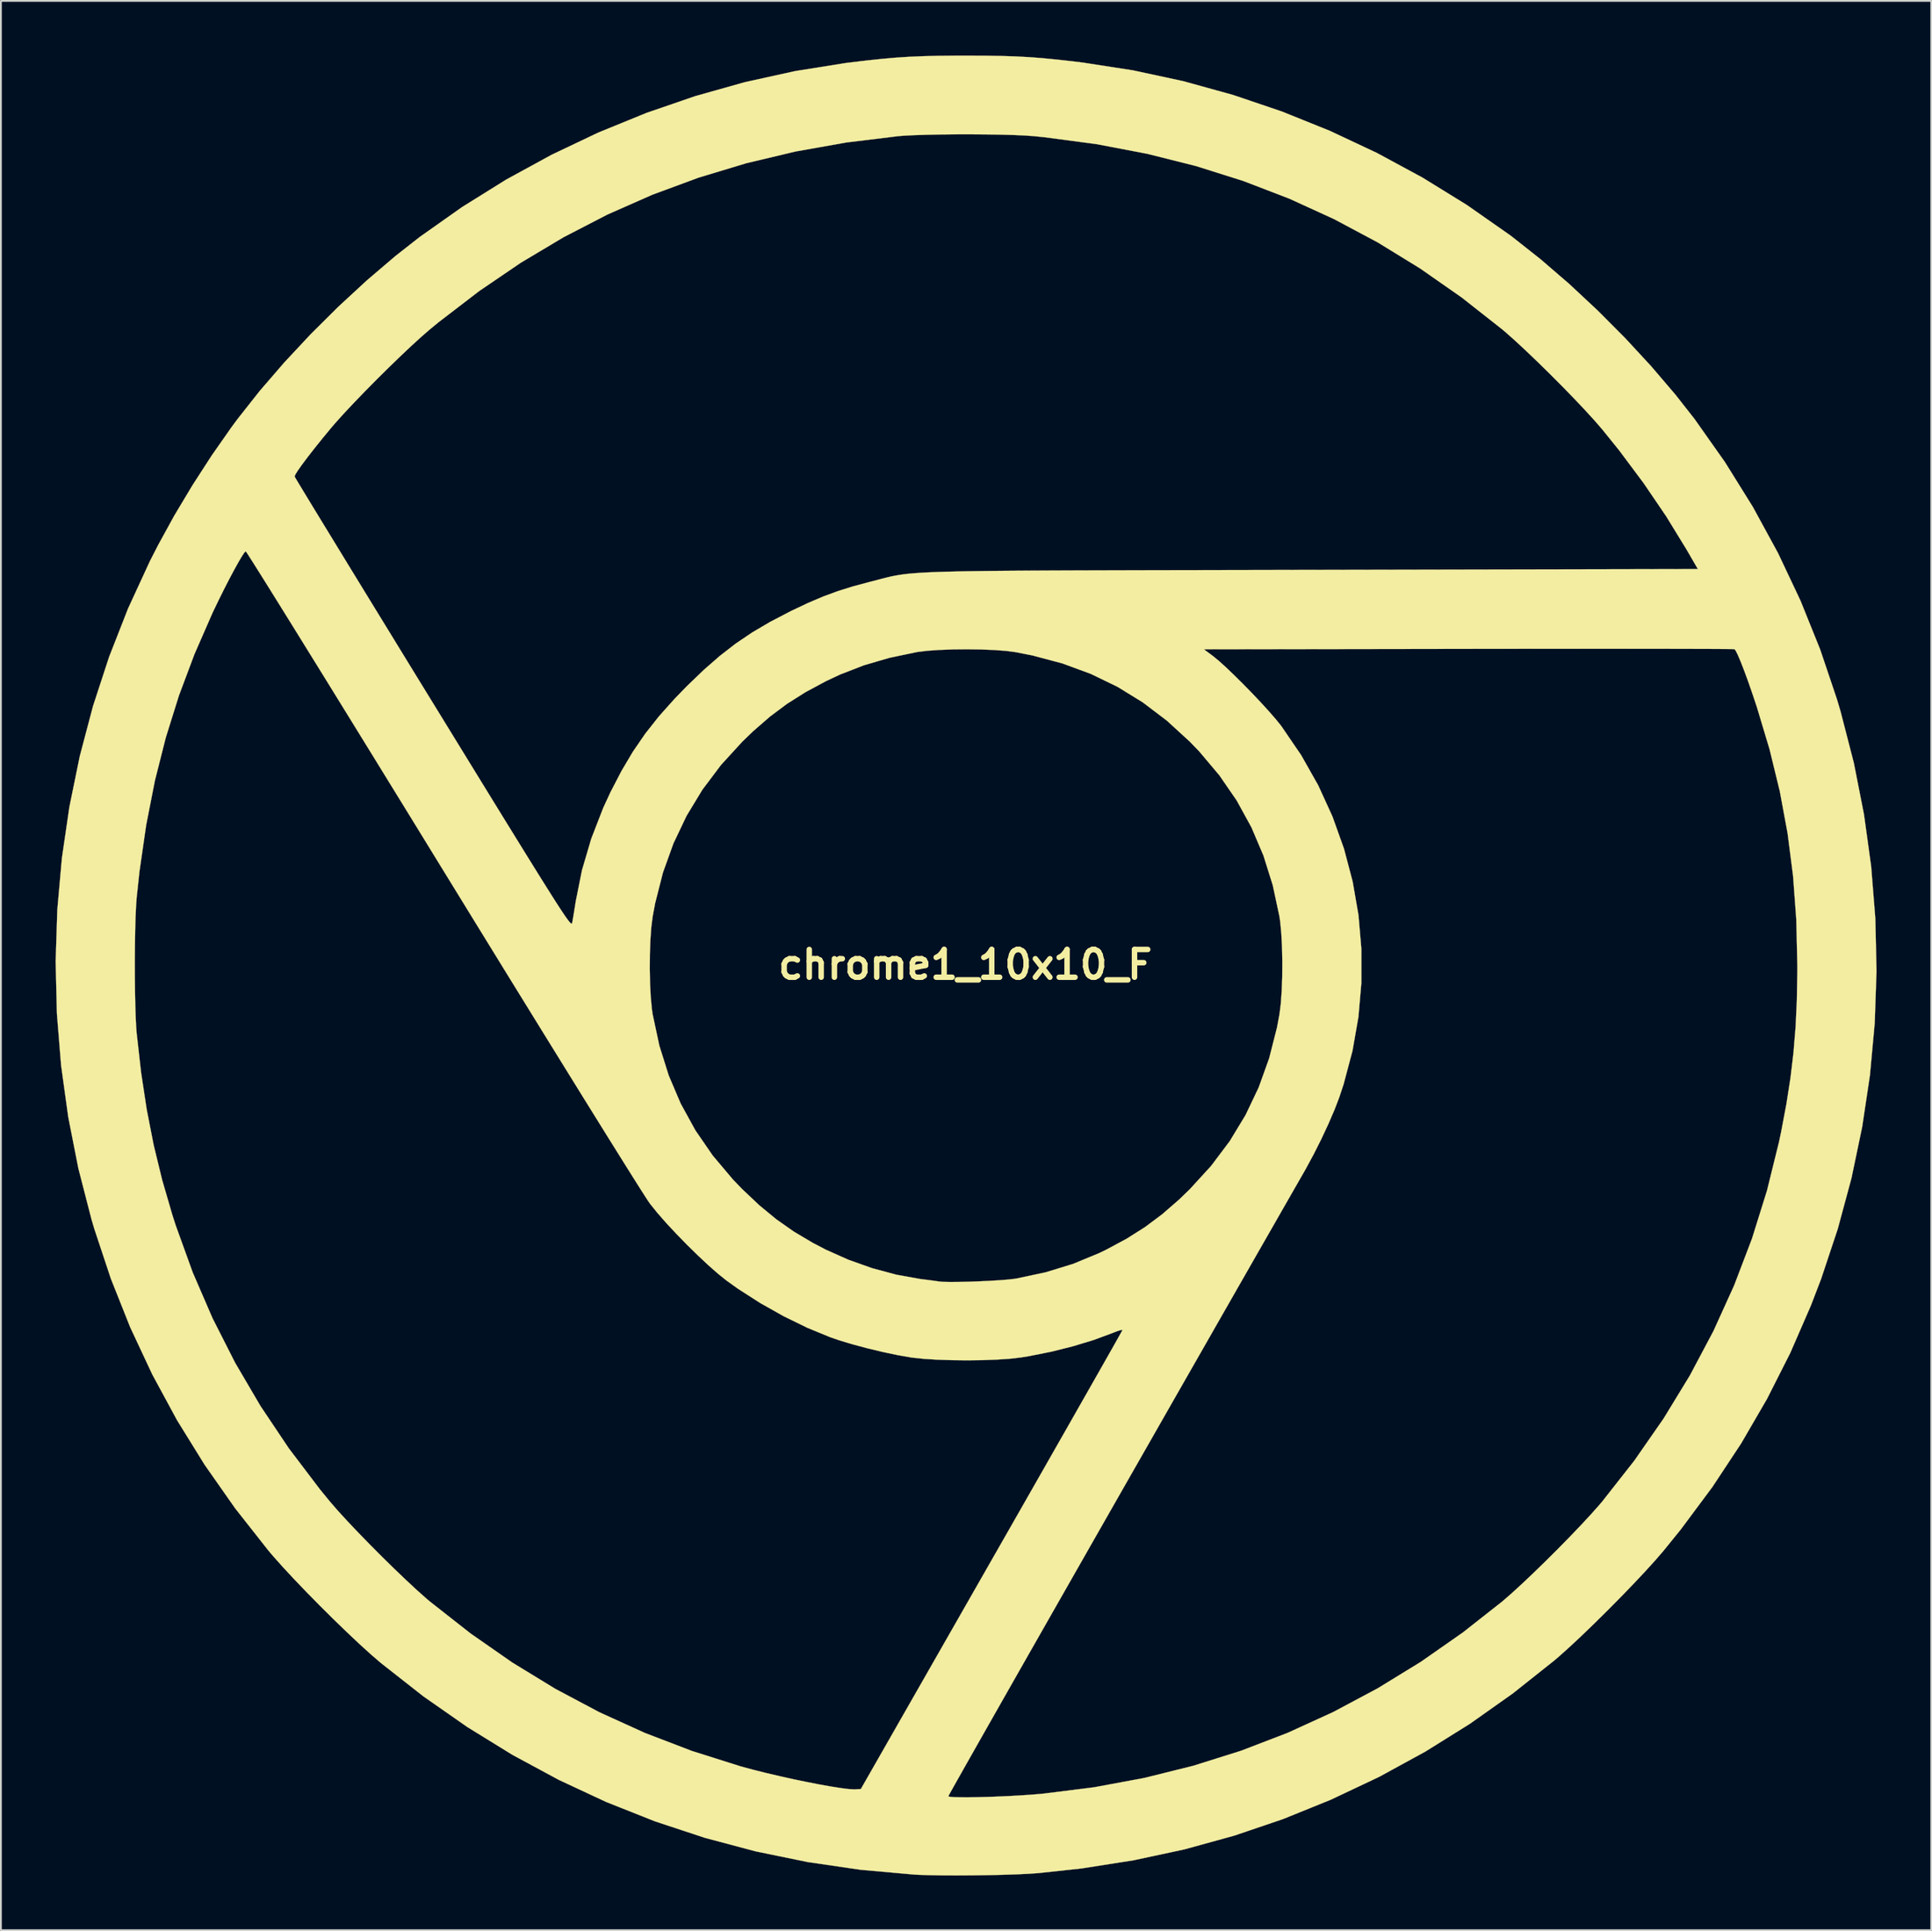
<source format=kicad_pcb>
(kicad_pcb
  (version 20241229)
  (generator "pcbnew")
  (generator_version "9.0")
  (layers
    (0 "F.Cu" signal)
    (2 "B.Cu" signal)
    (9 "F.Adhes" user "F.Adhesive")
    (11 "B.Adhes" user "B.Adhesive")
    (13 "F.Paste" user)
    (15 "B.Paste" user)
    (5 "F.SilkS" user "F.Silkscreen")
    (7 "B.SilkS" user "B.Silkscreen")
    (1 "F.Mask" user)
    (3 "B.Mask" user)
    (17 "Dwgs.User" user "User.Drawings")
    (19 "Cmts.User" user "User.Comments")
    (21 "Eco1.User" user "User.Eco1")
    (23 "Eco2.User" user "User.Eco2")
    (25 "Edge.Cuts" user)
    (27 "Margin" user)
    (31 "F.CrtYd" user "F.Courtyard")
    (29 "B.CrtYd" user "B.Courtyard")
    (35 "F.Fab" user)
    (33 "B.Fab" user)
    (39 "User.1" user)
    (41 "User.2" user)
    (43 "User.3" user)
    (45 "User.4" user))
  (footprint "chrome1_10x10_F"
    (layer "F.Cu")
    (at 49.933 49.906)
    (property "Reference" "chrome1_10x10_F" (at 0 0 0) (layer "F.SilkS") (effects (font (size 1.524 1.524) (thickness 0.3))))
    (attr through_hole)
    (fp_poly (pts (xy 1.055 -49.897) (xy 1.94 -49.884) (xy 2.738 -49.859) (xy 3.491 -49.819) (xy 4.241 -49.762) (xy 5.028 -49.686) (xy 5.894 -49.589) (xy 6.435 -49.523) (xy 9.211 -49.093) (xy 11.968 -48.499) (xy 14.696 -47.744) (xy 17.384 -46.833) (xy 20.02 -45.77) (xy 22.596 -44.559) (xy 25.1 -43.204) (xy 27.521 -41.71) (xy 29.85 -40.081) (xy 30.026 -39.95) (xy 31.577 -38.725) (xy 33.146 -37.372) (xy 34.701 -35.921) (xy 36.213 -34.403) (xy 37.65 -32.848) (xy 38.982 -31.287) (xy 40.029 -29.953) (xy 41.7 -27.584) (xy 43.229 -25.128) (xy 44.611 -22.592) (xy 45.843 -19.983) (xy 46.921 -17.309) (xy 47.842 -14.578) (xy 48.047 -13.885) (xy 48.771 -11.077) (xy 49.329 -8.242) (xy 49.723 -5.389) (xy 49.951 -2.523) (xy 50.016 0.347) (xy 49.917 3.213) (xy 49.655 6.07) (xy 49.229 8.908) (xy 48.641 11.721) (xy 47.89 14.502) (xy 46.978 17.243) (xy 46.415 18.711) (xy 45.282 21.314) (xy 44.006 23.837) (xy 42.582 26.288) (xy 41.006 28.674) (xy 39.274 31.002) (xy 38.326 32.173) (xy 37.865 32.707) (xy 37.302 33.327) (xy 36.662 34.007) (xy 35.971 34.723) (xy 35.252 35.45) (xy 34.531 36.162) (xy 33.834 36.834) (xy 33.184 37.442) (xy 32.607 37.96) (xy 32.343 38.187) (xy 30.05 40.008) (xy 27.692 41.676) (xy 25.26 43.194) (xy 22.748 44.568) (xy 22.648 44.618) (xy 20.059 45.842) (xy 17.429 46.907) (xy 14.753 47.815) (xy 12.021 48.568) (xy 9.227 49.167) (xy 6.362 49.616) (xy 4.022 49.868) (xy 3.483 49.905) (xy 2.811 49.937) (xy 2.042 49.962) (xy 1.211 49.981) (xy 0.355 49.992) (xy -0.49 49.997) (xy -1.289 49.993) (xy -2.005 49.981) (xy -2.603 49.961) (xy -2.794 49.95) (xy -5.751 49.686) (xy -8.655 49.261) (xy -11.504 48.676) (xy -14.295 47.932) (xy -17.028 47.029) (xy -19.699 45.969) (xy -20.382 45.651) (xy -0.931 45.651) (xy -0.851 45.68) (xy -0.623 45.7) (xy -0.272 45.709) (xy 0.181 45.71) (xy 0.714 45.701) (xy 1.303 45.685) (xy 1.927 45.661) (xy 2.563 45.631) (xy 3.189 45.594) (xy 3.782 45.552) (xy 4.276 45.509) (xy 7.083 45.156) (xy 9.83 44.645) (xy 12.514 43.977) (xy 15.137 43.152) (xy 17.697 42.169) (xy 20.194 41.028) (xy 22.627 39.731) (xy 24.997 38.277) (xy 27.304 36.666) (xy 29.469 34.963) (xy 29.952 34.544) (xy 30.521 34.024) (xy 31.152 33.428) (xy 31.818 32.78) (xy 32.495 32.107) (xy 33.157 31.433) (xy 33.778 30.784) (xy 34.334 30.185) (xy 34.799 29.662) (xy 34.963 29.469) (xy 36.724 27.226) (xy 38.328 24.918) (xy 39.776 22.545) (xy 41.068 20.108) (xy 42.203 17.606) (xy 43.182 15.039) (xy 44.004 12.408) (xy 44.67 9.712) (xy 44.789 9.144) (xy 45.071 7.647) (xy 45.293 6.226) (xy 45.459 4.834) (xy 45.575 3.425) (xy 45.644 1.953) (xy 45.671 0.371) (xy 45.671 0.042) (xy 45.614 -2.46) (xy 45.437 -4.868) (xy 45.136 -7.212) (xy 44.708 -9.52) (xy 44.146 -11.824) (xy 43.446 -14.155) (xy 43.424 -14.221) (xy 43.182 -14.942) (xy 42.953 -15.598) (xy 42.742 -16.171) (xy 42.556 -16.647) (xy 42.402 -17.008) (xy 42.286 -17.239) (xy 42.219 -17.321) (xy 42.125 -17.325) (xy 41.871 -17.328) (xy 41.465 -17.331) (xy 40.915 -17.334) (xy 40.231 -17.336) (xy 39.422 -17.338) (xy 38.496 -17.34) (xy 37.461 -17.341) (xy 36.327 -17.342) (xy 35.103 -17.342) (xy 33.796 -17.342) (xy 32.416 -17.341) (xy 30.972 -17.34) (xy 29.471 -17.339) (xy 27.924 -17.337) (xy 27.608 -17.336) (xy 13.094 -17.314) (xy 13.596 -16.941) (xy 13.901 -16.691) (xy 14.292 -16.339) (xy 14.743 -15.908) (xy 15.23 -15.426) (xy 15.728 -14.917) (xy 16.211 -14.406) (xy 16.655 -13.92) (xy 17.035 -13.484) (xy 17.326 -13.124) (xy 17.345 -13.099) (xy 18.434 -11.505) (xy 19.372 -9.845) (xy 20.157 -8.126) (xy 20.788 -6.36) (xy 21.264 -4.554) (xy 21.582 -2.719) (xy 21.741 -0.864) (xy 21.741 1.001) (xy 21.579 2.868) (xy 21.254 4.727) (xy 20.764 6.568) (xy 20.526 7.287) (xy 20.265 7.966) (xy 19.931 8.741) (xy 19.545 9.568) (xy 19.126 10.401) (xy 18.697 11.196) (xy 18.603 11.362) (xy 17.733 12.88) (xy 16.844 14.435) (xy 15.938 16.018) (xy 15.02 17.624) (xy 14.093 19.246) (xy 13.162 20.877) (xy 12.229 22.51) (xy 11.298 24.139) (xy 10.375 25.758) (xy 9.461 27.359) (xy 8.561 28.936) (xy 7.68 30.482) (xy 6.819 31.991) (xy 5.985 33.456) (xy 5.179 34.871) (xy 4.406 36.228) (xy 3.67 37.521) (xy 2.974 38.744) (xy 2.323 39.889) (xy 1.72 40.951) (xy 1.169 41.922) (xy 0.673 42.796) (xy 0.237 43.566) (xy -0.136 44.226) (xy -0.442 44.769) (xy -0.678 45.188) (xy -0.838 45.477) (xy -0.921 45.628) (xy -0.931 45.651) (xy -20.382 45.651) (xy -22.308 44.752) (xy -24.853 43.379) (xy -27.332 41.85) (xy -29.743 40.167) (xy -32.084 38.329) (xy -32.089 38.325) (xy -32.633 37.855) (xy -33.264 37.282) (xy -33.955 36.63) (xy -34.683 35.925) (xy -35.421 35.192) (xy -36.146 34.455) (xy -36.832 33.74) (xy -37.454 33.07) (xy -37.988 32.472) (xy -38.242 32.173) (xy -40.073 29.847) (xy -41.747 27.459) (xy -43.265 25.006) (xy -44.628 22.487) (xy -45.839 19.898) (xy -46.898 17.237) (xy -47.806 14.502) (xy -47.963 13.97) (xy -48.682 11.179) (xy -49.237 8.362) (xy -49.629 5.527) (xy -49.859 2.68) (xy -49.928 -0.17) (xy -49.926 -0.228) (xy -45.583 -0.228) (xy -45.582 0.621) (xy -45.573 1.448) (xy -45.557 2.221) (xy -45.535 2.91) (xy -45.505 3.48) (xy -45.482 3.768) (xy -45.239 5.921) (xy -44.93 7.954) (xy -44.548 9.905) (xy -44.084 11.813) (xy -43.53 13.715) (xy -43.34 14.309) (xy -42.406 16.893) (xy -41.319 19.406) (xy -40.079 21.852) (xy -38.684 24.231) (xy -37.134 26.546) (xy -35.426 28.799) (xy -34.878 29.469) (xy -34.46 29.952) (xy -33.94 30.521) (xy -33.343 31.152) (xy -32.695 31.818) (xy -32.022 32.495) (xy -31.348 33.157) (xy -30.699 33.778) (xy -30.101 34.334) (xy -29.578 34.799) (xy -29.384 34.963) (xy -27.151 36.717) (xy -24.858 38.314) (xy -22.501 39.754) (xy -20.077 41.042) (xy -17.581 42.177) (xy -15.01 43.162) (xy -12.361 44) (xy -12.296 44.018) (xy -11.646 44.194) (xy -10.938 44.372) (xy -10.195 44.546) (xy -9.444 44.713) (xy -8.707 44.866) (xy -8.009 45.003) (xy -7.375 45.116) (xy -6.828 45.202) (xy -6.393 45.256) (xy -6.093 45.272) (xy -6.062 45.271) (xy -5.732 45.254) (xy 1.449 32.681) (xy 2.219 31.333) (xy 2.966 30.024) (xy 3.686 28.762) (xy 4.374 27.555) (xy 5.026 26.41) (xy 5.639 25.335) (xy 6.206 24.337) (xy 6.725 23.425) (xy 7.191 22.605) (xy 7.6 21.885) (xy 7.947 21.273) (xy 8.228 20.776) (xy 8.438 20.402) (xy 8.574 20.159) (xy 8.631 20.053) (xy 8.633 20.05) (xy 8.563 20.051) (xy 8.376 20.107) (xy 8.11 20.208) (xy 8.065 20.226) (xy 7.056 20.6) (xy 5.928 20.943) (xy 4.731 21.244) (xy 3.514 21.487) (xy 3.048 21.563) (xy 2.463 21.631) (xy 1.75 21.68) (xy 0.951 21.71) (xy 0.106 21.72) (xy -0.743 21.711) (xy -1.557 21.684) (xy -2.294 21.637) (xy -2.913 21.571) (xy -3.006 21.557) (xy -3.738 21.429) (xy -4.548 21.257) (xy -5.385 21.056) (xy -6.197 20.838) (xy -6.932 20.617) (xy -7.408 20.453) (xy -8.671 19.933) (xy -9.97 19.298) (xy -11.255 18.575) (xy -12.473 17.793) (xy -13.116 17.333) (xy -13.571 16.967) (xy -14.104 16.498) (xy -14.683 15.955) (xy -15.282 15.368) (xy -15.869 14.765) (xy -16.418 14.176) (xy -16.897 13.629) (xy -17.279 13.155) (xy -17.318 13.103) (xy -17.424 12.948) (xy -17.613 12.656) (xy -17.883 12.233) (xy -18.229 11.685) (xy -18.647 11.019) (xy -19.132 10.242) (xy -19.682 9.361) (xy -20.29 8.382) (xy -20.955 7.311) (xy -21.67 6.156) (xy -22.432 4.924) (xy -23.238 3.62) (xy -24.082 2.252) (xy -24.962 0.826) (xy -25.331 0.226) (xy -17.319 0.226) (xy -17.303 1.026) (xy -17.265 1.773) (xy -17.204 2.42) (xy -17.162 2.717) (xy -16.794 4.439) (xy -16.281 6.075) (xy -15.622 7.625) (xy -14.815 9.094) (xy -13.86 10.482) (xy -12.754 11.793) (xy -12.242 12.324) (xy -11.3 13.214) (xy -10.371 13.979) (xy -9.41 14.654) (xy -8.369 15.272) (xy -7.655 15.645) (xy -6.416 16.199) (xy -5.109 16.663) (xy -3.786 17.019) (xy -2.501 17.251) (xy -2.413 17.262) (xy -2.046 17.309) (xy -1.721 17.352) (xy -1.492 17.385) (xy -1.439 17.393) (xy -1.208 17.413) (xy -0.841 17.421) (xy -0.373 17.418) (xy 0.163 17.406) (xy 0.732 17.386) (xy 1.302 17.359) (xy 1.837 17.327) (xy 2.305 17.29) (xy 2.672 17.25) (xy 2.793 17.232) (xy 4.405 16.89) (xy 5.917 16.426) (xy 7.354 15.832) (xy 7.74 15.645) (xy 8.855 15.045) (xy 9.86 14.41) (xy 10.804 13.705) (xy 11.733 12.898) (xy 12.327 12.324) (xy 13.496 11.045) (xy 14.514 9.69) (xy 15.384 8.255) (xy 16.105 6.74) (xy 16.68 5.14) (xy 17.109 3.455) (xy 17.247 2.717) (xy 17.319 2.143) (xy 17.369 1.446) (xy 17.397 0.669) (xy 17.403 -0.141) (xy 17.387 -0.942) (xy 17.349 -1.688) (xy 17.289 -2.335) (xy 17.247 -2.632) (xy 16.879 -4.355) (xy 16.366 -5.99) (xy 15.706 -7.541) (xy 14.9 -9.009) (xy 13.944 -10.398) (xy 12.839 -11.709) (xy 12.327 -12.24) (xy 11.065 -13.396) (xy 9.746 -14.397) (xy 8.359 -15.251) (xy 6.895 -15.961) (xy 5.342 -16.533) (xy 3.69 -16.974) (xy 2.748 -17.159) (xy 2.234 -17.226) (xy 1.594 -17.274) (xy 0.868 -17.303) (xy 0.097 -17.314) (xy -0.676 -17.306) (xy -1.411 -17.279) (xy -2.066 -17.234) (xy -2.6 -17.17) (xy -2.663 -17.159) (xy -4.166 -16.844) (xy -5.556 -16.438) (xy -6.869 -15.929) (xy -7.655 -15.56) (xy -8.77 -14.96) (xy -9.776 -14.325) (xy -10.719 -13.621) (xy -11.648 -12.813) (xy -12.242 -12.24) (xy -13.411 -10.961) (xy -14.43 -9.605) (xy -15.299 -8.171) (xy -16.02 -6.655) (xy -16.595 -5.056) (xy -17.024 -3.37) (xy -17.162 -2.632) (xy -17.234 -2.058) (xy -17.284 -1.361) (xy -17.313 -0.585) (xy -17.319 0.226) (xy -25.331 0.226) (xy -25.871 -0.652) (xy -26.808 -2.174) (xy -27.766 -3.734) (xy -28.702 -5.257) (xy -29.67 -6.834) (xy -30.615 -8.372) (xy -31.534 -9.866) (xy -32.422 -11.309) (xy -33.276 -12.695) (xy -34.091 -14.017) (xy -34.864 -15.27) (xy -35.592 -16.448) (xy -36.27 -17.543) (xy -36.894 -18.551) (xy -37.461 -19.464) (xy -37.966 -20.276) (xy -38.406 -20.982) (xy -38.778 -21.575) (xy -39.076 -22.049) (xy -39.298 -22.397) (xy -39.439 -22.614) (xy -39.496 -22.693) (xy -39.497 -22.694) (xy -39.577 -22.613) (xy -39.718 -22.399) (xy -39.91 -22.072) (xy -40.141 -21.654) (xy -40.402 -21.163) (xy -40.681 -20.62) (xy -40.966 -20.046) (xy -41.248 -19.46) (xy -41.322 -19.304) (xy -42.31 -17.045) (xy -43.162 -14.772) (xy -43.884 -12.464) (xy -44.482 -10.1) (xy -44.961 -7.658) (xy -45.328 -5.115) (xy -45.482 -3.683) (xy -45.516 -3.203) (xy -45.544 -2.586) (xy -45.564 -1.863) (xy -45.577 -1.066) (xy -45.583 -0.228) (xy -49.926 -0.228) (xy -49.836 -3.015) (xy -49.585 -5.847) (xy -49.174 -8.659) (xy -48.604 -11.443) (xy -47.878 -14.191) (xy -46.994 -16.895) (xy -45.955 -19.547) (xy -44.76 -22.14) (xy -44.315 -23.012) (xy -43.418 -24.648) (xy -42.421 -26.313) (xy -42.109 -26.795) (xy -36.812 -26.795) (xy -36.766 -26.713) (xy -36.636 -26.495) (xy -36.426 -26.147) (xy -36.141 -25.677) (xy -35.786 -25.092) (xy -35.365 -24.401) (xy -34.882 -23.611) (xy -34.343 -22.728) (xy -33.752 -21.76) (xy -33.113 -20.716) (xy -32.431 -19.602) (xy -31.71 -18.426) (xy -30.956 -17.195) (xy -30.172 -15.916) (xy -29.363 -14.598) (xy -29.211 -14.351) (xy -28.25 -12.786) (xy -27.374 -11.359) (xy -26.579 -10.064) (xy -25.86 -8.895) (xy -25.214 -7.845) (xy -24.636 -6.909) (xy -24.124 -6.08) (xy -23.673 -5.353) (xy -23.279 -4.72) (xy -22.938 -4.176) (xy -22.647 -3.714) (xy -22.401 -3.329) (xy -22.196 -3.014) (xy -22.029 -2.763) (xy -21.895 -2.57) (xy -21.791 -2.428) (xy -21.713 -2.332) (xy -21.657 -2.275) (xy -21.619 -2.251) (xy -21.595 -2.254) (xy -21.581 -2.278) (xy -21.577 -2.295) (xy -21.539 -2.5) (xy -21.485 -2.822) (xy -21.423 -3.209) (xy -21.382 -3.471) (xy -21.037 -5.19) (xy -20.531 -6.91) (xy -19.873 -8.606) (xy -19.474 -9.469) (xy -18.871 -10.632) (xy -18.246 -11.688) (xy -17.57 -12.674) (xy -16.817 -13.629) (xy -15.957 -14.592) (xy -15.285 -15.285) (xy -14.358 -16.177) (xy -13.475 -16.948) (xy -12.598 -17.628) (xy -11.687 -18.243) (xy -10.703 -18.822) (xy -9.609 -19.391) (xy -9.525 -19.433) (xy -8.62 -19.861) (xy -7.796 -20.211) (xy -6.996 -20.506) (xy -6.164 -20.766) (xy -5.292 -20.999) (xy -5.037 -21.064) (xy -4.808 -21.125) (xy -4.597 -21.181) (xy -4.398 -21.232) (xy -4.204 -21.28) (xy -4.009 -21.324) (xy -3.805 -21.363) (xy -3.587 -21.4) (xy -3.348 -21.433) (xy -3.08 -21.463) (xy -2.778 -21.489) (xy -2.435 -21.513) (xy -2.044 -21.535) (xy -1.598 -21.553) (xy -1.091 -21.57) (xy -0.516 -21.584) (xy 0.133 -21.597) (xy 0.864 -21.608) (xy 1.682 -21.617) (xy 2.595 -21.625) (xy 3.609 -21.632) (xy 4.73 -21.638) (xy 5.966 -21.643) (xy 7.323 -21.647) (xy 8.807 -21.651) (xy 10.426 -21.655) (xy 12.185 -21.658) (xy 14.092 -21.662) (xy 16.154 -21.666) (xy 18.376 -21.671) (xy 19.026 -21.672) (xy 40.211 -21.717) (xy 39.581 -22.804) (xy 38.467 -24.621) (xy 37.224 -26.448) (xy 35.885 -28.241) (xy 34.965 -29.381) (xy 34.546 -29.865) (xy 34.025 -30.436) (xy 33.428 -31.067) (xy 32.78 -31.734) (xy 32.106 -32.411) (xy 31.432 -33.073) (xy 30.782 -33.695) (xy 30.184 -34.251) (xy 29.66 -34.716) (xy 29.469 -34.878) (xy 27.246 -36.627) (xy 24.971 -38.216) (xy 22.639 -39.649) (xy 20.246 -40.926) (xy 17.788 -42.05) (xy 15.261 -43.021) (xy 12.66 -43.842) (xy 9.983 -44.514) (xy 7.225 -45.04) (xy 4.381 -45.42) (xy 3.768 -45.482) (xy 3.288 -45.516) (xy 2.67 -45.544) (xy 1.947 -45.564) (xy 1.151 -45.577) (xy 0.312 -45.583) (xy -0.536 -45.582) (xy -1.363 -45.573) (xy -2.137 -45.557) (xy -2.825 -45.535) (xy -3.396 -45.505) (xy -3.683 -45.482) (xy -6.545 -45.132) (xy -9.321 -44.638) (xy -12.016 -43.997) (xy -14.632 -43.207) (xy -17.174 -42.268) (xy -19.646 -41.177) (xy -22.053 -39.932) (xy -24.397 -38.533) (xy -26.684 -36.976) (xy -28.918 -35.262) (xy -29.384 -34.878) (xy -29.846 -34.478) (xy -30.394 -33.978) (xy -31.004 -33.402) (xy -31.652 -32.774) (xy -32.312 -32.121) (xy -32.959 -31.465) (xy -33.569 -30.832) (xy -34.118 -30.247) (xy -34.579 -29.734) (xy -34.811 -29.464) (xy -35.289 -28.884) (xy -35.72 -28.347) (xy -36.095 -27.866) (xy -36.402 -27.456) (xy -36.632 -27.131) (xy -36.772 -26.906) (xy -36.812 -26.795) (xy -42.109 -26.795) (xy -41.363 -27.95) (xy -40.281 -29.497) (xy -39.944 -29.953) (xy -38.727 -31.495) (xy -37.379 -33.057) (xy -35.93 -34.609) (xy -34.411 -36.119) (xy -32.852 -37.559) (xy -31.284 -38.897) (xy -29.941 -39.95) (xy -27.62 -41.589) (xy -25.205 -43.094) (xy -22.707 -44.459) (xy -20.137 -45.681) (xy -17.504 -46.756) (xy -14.821 -47.679) (xy -12.096 -48.446) (xy -9.34 -49.053) (xy -6.565 -49.496) (xy -6.35 -49.523) (xy -5.421 -49.634) (xy -4.594 -49.722) (xy -3.829 -49.789) (xy -3.083 -49.838) (xy -2.315 -49.871) (xy -1.484 -49.891) (xy -0.549 -49.9) (xy 0.042 -49.901) (xy 1.055 -49.897)) (stroke (width 0.01) (type solid)) (fill yes) (layer "F.SilkS")))
  (gr_rect
    (start -3 -3)
    (end 102.954 102.908)
    (stroke (width 0.1) (type default))
    (fill no)
    (layer "Edge.Cuts")))
</source>
